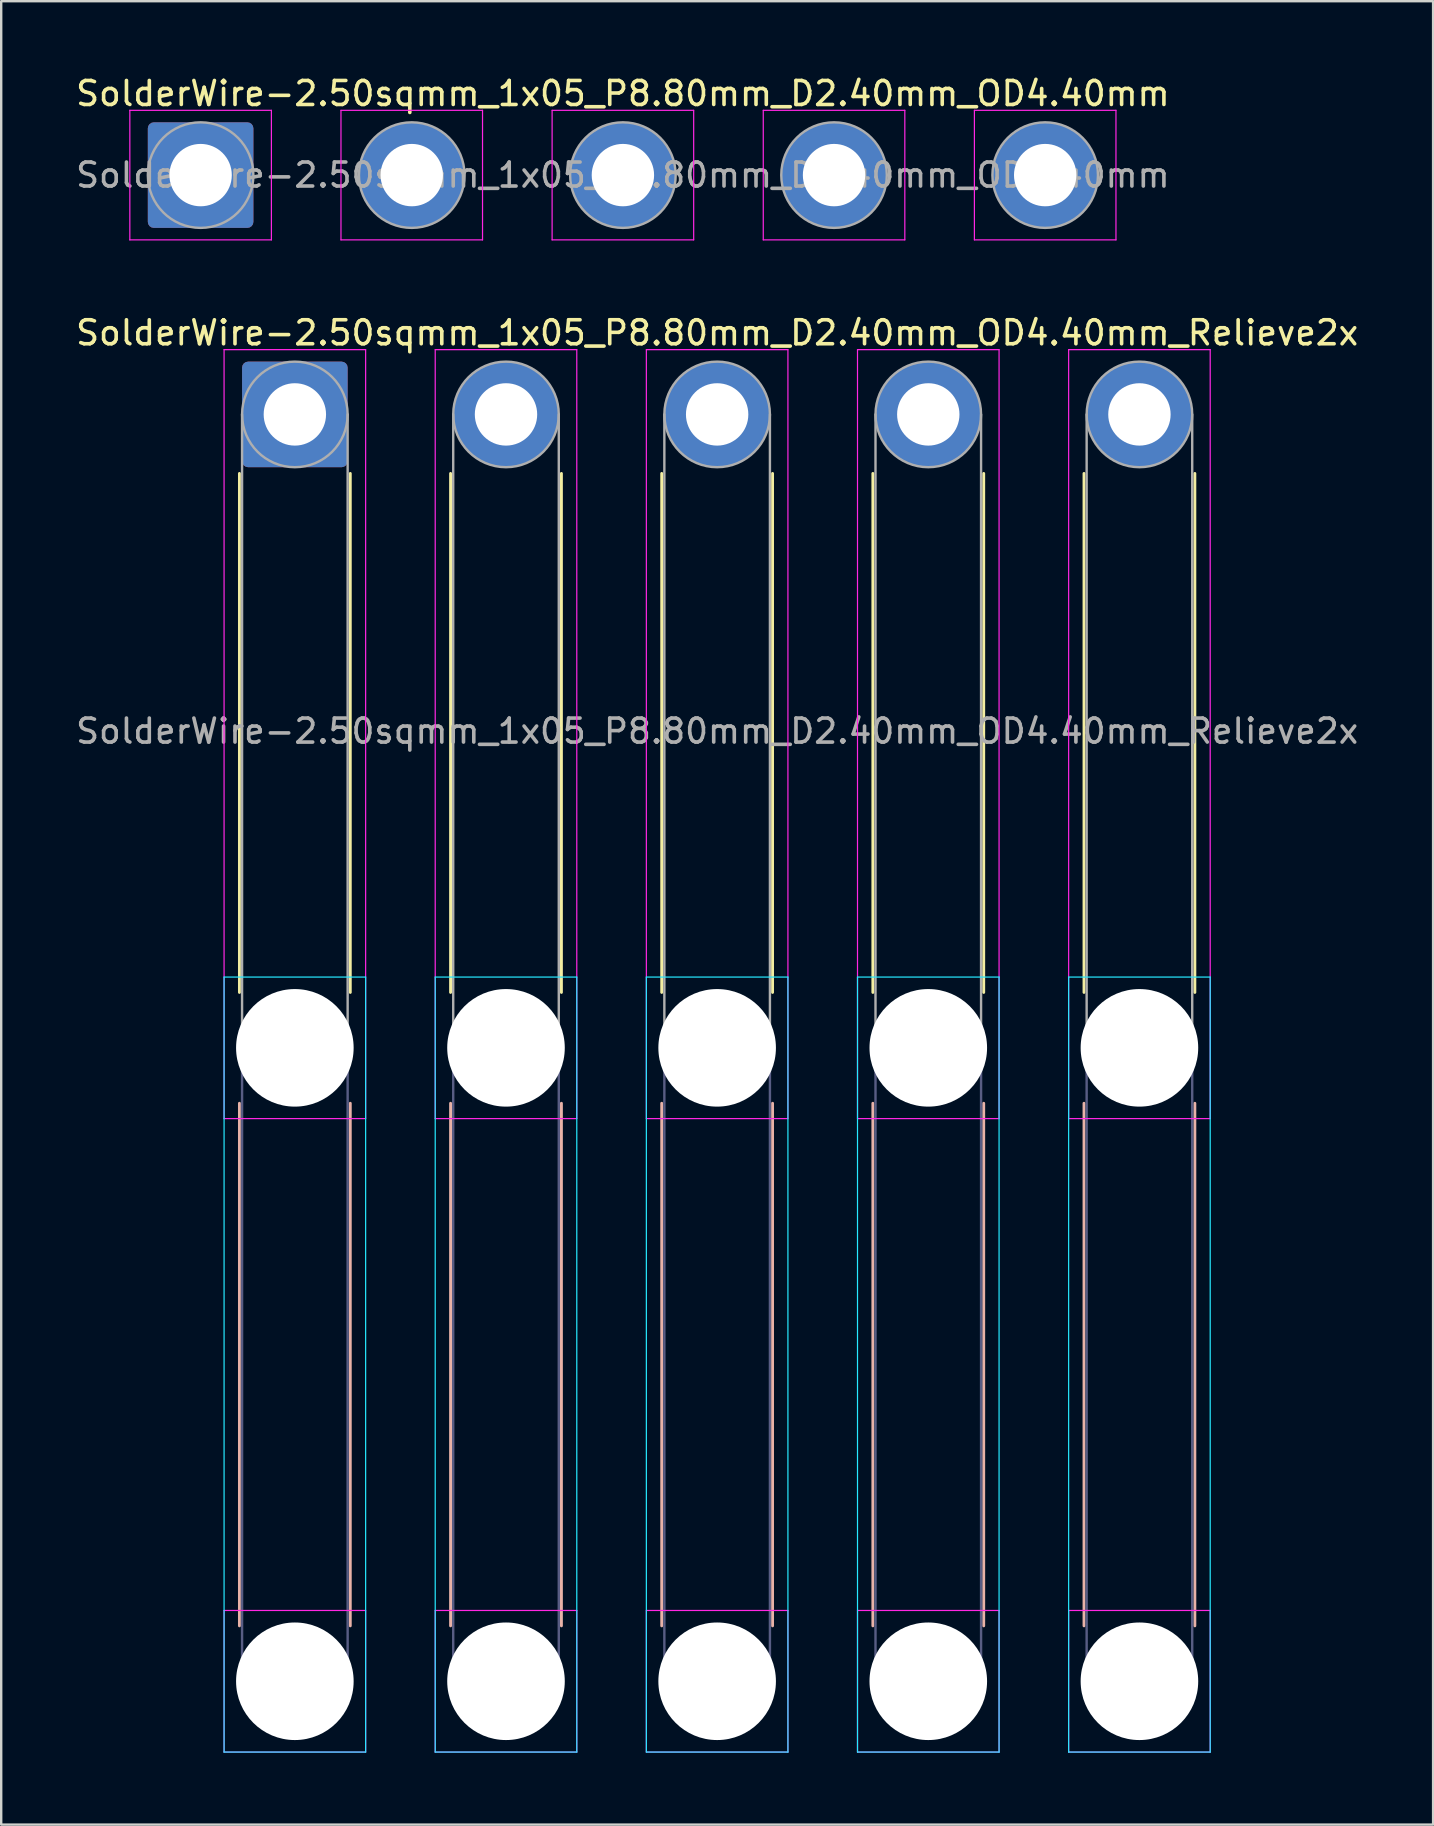
<source format=kicad_pcb>
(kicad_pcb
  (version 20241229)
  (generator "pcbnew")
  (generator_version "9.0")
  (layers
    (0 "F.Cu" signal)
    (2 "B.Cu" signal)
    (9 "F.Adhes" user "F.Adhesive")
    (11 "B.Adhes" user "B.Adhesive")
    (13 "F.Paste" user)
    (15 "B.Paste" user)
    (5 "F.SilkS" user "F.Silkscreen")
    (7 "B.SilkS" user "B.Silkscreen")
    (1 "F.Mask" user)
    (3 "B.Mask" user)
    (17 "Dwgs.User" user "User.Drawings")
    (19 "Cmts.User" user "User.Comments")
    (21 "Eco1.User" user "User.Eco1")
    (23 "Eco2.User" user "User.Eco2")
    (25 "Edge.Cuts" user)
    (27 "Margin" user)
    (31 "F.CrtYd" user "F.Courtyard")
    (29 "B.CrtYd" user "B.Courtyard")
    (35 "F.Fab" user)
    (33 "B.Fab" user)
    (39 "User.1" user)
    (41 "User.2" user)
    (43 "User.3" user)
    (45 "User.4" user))
  (footprint "SolderWire-2.50sqmm_1x05_P8.80mm_D2.40mm_OD4.40mm_Relieve2x"
    (layer "F.Cu")
    (at 9.239 14.222)
    (property "Reference" "SolderWire-2.50sqmm_1x05_P8.80mm_D2.40mm_OD4.40mm_Relieve2x" (at 17.6 -3.4 0) (layer "F.SilkS") (effects (font (size 1 1) (thickness 0.15))))
    (attr exclude_from_pos_files exclude_from_bom)
    (fp_line (start -2.31 2.46) (end -2.31 24.09) (stroke (width 0.12) (type solid)) (layer "F.SilkS"))
    (fp_line (start 2.31 2.46) (end 2.31 24.09) (stroke (width 0.12) (type solid)) (layer "F.SilkS"))
    (fp_line (start 6.49 2.46) (end 6.49 24.09) (stroke (width 0.12) (type solid)) (layer "F.SilkS"))
    (fp_line (start 11.11 2.46) (end 11.11 24.09) (stroke (width 0.12) (type solid)) (layer "F.SilkS"))
    (fp_line (start 15.29 2.46) (end 15.29 24.09) (stroke (width 0.12) (type solid)) (layer "F.SilkS"))
    (fp_line (start 19.91 2.46) (end 19.91 24.09) (stroke (width 0.12) (type solid)) (layer "F.SilkS"))
    (fp_line (start 24.09 2.46) (end 24.09 24.09) (stroke (width 0.12) (type solid)) (layer "F.SilkS"))
    (fp_line (start 28.71 2.46) (end 28.71 24.09) (stroke (width 0.12) (type solid)) (layer "F.SilkS"))
    (fp_line (start 32.89 2.46) (end 32.89 24.09) (stroke (width 0.12) (type solid)) (layer "F.SilkS"))
    (fp_line (start 37.51 2.46) (end 37.51 24.09) (stroke (width 0.12) (type solid)) (layer "F.SilkS"))
    (fp_line (start -2.31 28.71) (end -2.31 50.49) (stroke (width 0.12) (type solid)) (layer "B.SilkS"))
    (fp_line (start 2.31 28.71) (end 2.31 50.49) (stroke (width 0.12) (type solid)) (layer "B.SilkS"))
    (fp_line (start 6.49 28.71) (end 6.49 50.49) (stroke (width 0.12) (type solid)) (layer "B.SilkS"))
    (fp_line (start 11.11 28.71) (end 11.11 50.49) (stroke (width 0.12) (type solid)) (layer "B.SilkS"))
    (fp_line (start 15.29 28.71) (end 15.29 50.49) (stroke (width 0.12) (type solid)) (layer "B.SilkS"))
    (fp_line (start 19.91 28.71) (end 19.91 50.49) (stroke (width 0.12) (type solid)) (layer "B.SilkS"))
    (fp_line (start 24.09 28.71) (end 24.09 50.49) (stroke (width 0.12) (type solid)) (layer "B.SilkS"))
    (fp_line (start 28.71 28.71) (end 28.71 50.49) (stroke (width 0.12) (type solid)) (layer "B.SilkS"))
    (fp_line (start 32.89 28.71) (end 32.89 50.49) (stroke (width 0.12) (type solid)) (layer "B.SilkS"))
    (fp_line (start 37.51 28.71) (end 37.51 50.49) (stroke (width 0.12) (type solid)) (layer "B.SilkS"))
    (fp_line (start -2.95 23.45) (end -2.95 55.75) (stroke (width 0.05) (type solid)) (layer "B.CrtYd"))
    (fp_line (start -2.95 55.75) (end 2.95 55.75) (stroke (width 0.05) (type solid)) (layer "B.CrtYd"))
    (fp_line (start 2.95 23.45) (end -2.95 23.45) (stroke (width 0.05) (type solid)) (layer "B.CrtYd"))
    (fp_line (start 2.95 55.75) (end 2.95 23.45) (stroke (width 0.05) (type solid)) (layer "B.CrtYd"))
    (fp_line (start 5.85 23.45) (end 5.85 55.75) (stroke (width 0.05) (type solid)) (layer "B.CrtYd"))
    (fp_line (start 5.85 55.75) (end 11.75 55.75) (stroke (width 0.05) (type solid)) (layer "B.CrtYd"))
    (fp_line (start 11.75 23.45) (end 5.85 23.45) (stroke (width 0.05) (type solid)) (layer "B.CrtYd"))
    (fp_line (start 11.75 55.75) (end 11.75 23.45) (stroke (width 0.05) (type solid)) (layer "B.CrtYd"))
    (fp_line (start 14.65 23.45) (end 14.65 55.75) (stroke (width 0.05) (type solid)) (layer "B.CrtYd"))
    (fp_line (start 14.65 55.75) (end 20.55 55.75) (stroke (width 0.05) (type solid)) (layer "B.CrtYd"))
    (fp_line (start 20.55 23.45) (end 14.65 23.45) (stroke (width 0.05) (type solid)) (layer "B.CrtYd"))
    (fp_line (start 20.55 55.75) (end 20.55 23.45) (stroke (width 0.05) (type solid)) (layer "B.CrtYd"))
    (fp_line (start 23.45 23.45) (end 23.45 55.75) (stroke (width 0.05) (type solid)) (layer "B.CrtYd"))
    (fp_line (start 23.45 55.75) (end 29.35 55.75) (stroke (width 0.05) (type solid)) (layer "B.CrtYd"))
    (fp_line (start 29.35 23.45) (end 23.45 23.45) (stroke (width 0.05) (type solid)) (layer "B.CrtYd"))
    (fp_line (start 29.35 55.75) (end 29.35 23.45) (stroke (width 0.05) (type solid)) (layer "B.CrtYd"))
    (fp_line (start 32.25 23.45) (end 32.25 55.75) (stroke (width 0.05) (type solid)) (layer "B.CrtYd"))
    (fp_line (start 32.25 55.75) (end 38.15 55.75) (stroke (width 0.05) (type solid)) (layer "B.CrtYd"))
    (fp_line (start 38.15 23.45) (end 32.25 23.45) (stroke (width 0.05) (type solid)) (layer "B.CrtYd"))
    (fp_line (start 38.15 55.75) (end 38.15 23.45) (stroke (width 0.05) (type solid)) (layer "B.CrtYd"))
    (fp_line (start -2.95 -2.7) (end -2.95 29.35) (stroke (width 0.05) (type solid)) (layer "F.CrtYd"))
    (fp_line (start -2.95 29.35) (end 2.95 29.35) (stroke (width 0.05) (type solid)) (layer "F.CrtYd"))
    (fp_line (start -2.95 49.85) (end -2.95 55.75) (stroke (width 0.05) (type solid)) (layer "F.CrtYd"))
    (fp_line (start -2.95 55.75) (end 2.95 55.75) (stroke (width 0.05) (type solid)) (layer "F.CrtYd"))
    (fp_line (start 2.95 -2.7) (end -2.95 -2.7) (stroke (width 0.05) (type solid)) (layer "F.CrtYd"))
    (fp_line (start 2.95 29.35) (end 2.95 -2.7) (stroke (width 0.05) (type solid)) (layer "F.CrtYd"))
    (fp_line (start 2.95 49.85) (end -2.95 49.85) (stroke (width 0.05) (type solid)) (layer "F.CrtYd"))
    (fp_line (start 2.95 55.75) (end 2.95 49.85) (stroke (width 0.05) (type solid)) (layer "F.CrtYd"))
    (fp_line (start 5.85 -2.7) (end 5.85 29.35) (stroke (width 0.05) (type solid)) (layer "F.CrtYd"))
    (fp_line (start 5.85 29.35) (end 11.75 29.35) (stroke (width 0.05) (type solid)) (layer "F.CrtYd"))
    (fp_line (start 5.85 49.85) (end 5.85 55.75) (stroke (width 0.05) (type solid)) (layer "F.CrtYd"))
    (fp_line (start 5.85 55.75) (end 11.75 55.75) (stroke (width 0.05) (type solid)) (layer "F.CrtYd"))
    (fp_line (start 11.75 -2.7) (end 5.85 -2.7) (stroke (width 0.05) (type solid)) (layer "F.CrtYd"))
    (fp_line (start 11.75 29.35) (end 11.75 -2.7) (stroke (width 0.05) (type solid)) (layer "F.CrtYd"))
    (fp_line (start 11.75 49.85) (end 5.85 49.85) (stroke (width 0.05) (type solid)) (layer "F.CrtYd"))
    (fp_line (start 11.75 55.75) (end 11.75 49.85) (stroke (width 0.05) (type solid)) (layer "F.CrtYd"))
    (fp_line (start 14.65 -2.7) (end 14.65 29.35) (stroke (width 0.05) (type solid)) (layer "F.CrtYd"))
    (fp_line (start 14.65 29.35) (end 20.55 29.35) (stroke (width 0.05) (type solid)) (layer "F.CrtYd"))
    (fp_line (start 14.65 49.85) (end 14.65 55.75) (stroke (width 0.05) (type solid)) (layer "F.CrtYd"))
    (fp_line (start 14.65 55.75) (end 20.55 55.75) (stroke (width 0.05) (type solid)) (layer "F.CrtYd"))
    (fp_line (start 20.55 -2.7) (end 14.65 -2.7) (stroke (width 0.05) (type solid)) (layer "F.CrtYd"))
    (fp_line (start 20.55 29.35) (end 20.55 -2.7) (stroke (width 0.05) (type solid)) (layer "F.CrtYd"))
    (fp_line (start 20.55 49.85) (end 14.65 49.85) (stroke (width 0.05) (type solid)) (layer "F.CrtYd"))
    (fp_line (start 20.55 55.75) (end 20.55 49.85) (stroke (width 0.05) (type solid)) (layer "F.CrtYd"))
    (fp_line (start 23.45 -2.7) (end 23.45 29.35) (stroke (width 0.05) (type solid)) (layer "F.CrtYd"))
    (fp_line (start 23.45 29.35) (end 29.35 29.35) (stroke (width 0.05) (type solid)) (layer "F.CrtYd"))
    (fp_line (start 23.45 49.85) (end 23.45 55.75) (stroke (width 0.05) (type solid)) (layer "F.CrtYd"))
    (fp_line (start 23.45 55.75) (end 29.35 55.75) (stroke (width 0.05) (type solid)) (layer "F.CrtYd"))
    (fp_line (start 29.35 -2.7) (end 23.45 -2.7) (stroke (width 0.05) (type solid)) (layer "F.CrtYd"))
    (fp_line (start 29.35 29.35) (end 29.35 -2.7) (stroke (width 0.05) (type solid)) (layer "F.CrtYd"))
    (fp_line (start 29.35 49.85) (end 23.45 49.85) (stroke (width 0.05) (type solid)) (layer "F.CrtYd"))
    (fp_line (start 29.35 55.75) (end 29.35 49.85) (stroke (width 0.05) (type solid)) (layer "F.CrtYd"))
    (fp_line (start 32.25 -2.7) (end 32.25 29.35) (stroke (width 0.05) (type solid)) (layer "F.CrtYd"))
    (fp_line (start 32.25 29.35) (end 38.15 29.35) (stroke (width 0.05) (type solid)) (layer "F.CrtYd"))
    (fp_line (start 32.25 49.85) (end 32.25 55.75) (stroke (width 0.05) (type solid)) (layer "F.CrtYd"))
    (fp_line (start 32.25 55.75) (end 38.15 55.75) (stroke (width 0.05) (type solid)) (layer "F.CrtYd"))
    (fp_line (start 38.15 -2.7) (end 32.25 -2.7) (stroke (width 0.05) (type solid)) (layer "F.CrtYd"))
    (fp_line (start 38.15 29.35) (end 38.15 -2.7) (stroke (width 0.05) (type solid)) (layer "F.CrtYd"))
    (fp_line (start 38.15 49.85) (end 32.25 49.85) (stroke (width 0.05) (type solid)) (layer "F.CrtYd"))
    (fp_line (start 38.15 55.75) (end 38.15 49.85) (stroke (width 0.05) (type solid)) (layer "F.CrtYd"))
    (fp_line (start -2.2 26.4) (end -2.2 52.8) (stroke (width 0.1) (type solid)) (layer "B.Fab"))
    (fp_line (start 2.2 26.4) (end 2.2 52.8) (stroke (width 0.1) (type solid)) (layer "B.Fab"))
    (fp_line (start 6.6 26.4) (end 6.6 52.8) (stroke (width 0.1) (type solid)) (layer "B.Fab"))
    (fp_line (start 11 26.4) (end 11 52.8) (stroke (width 0.1) (type solid)) (layer "B.Fab"))
    (fp_line (start 15.4 26.4) (end 15.4 52.8) (stroke (width 0.1) (type solid)) (layer "B.Fab"))
    (fp_line (start 19.8 26.4) (end 19.8 52.8) (stroke (width 0.1) (type solid)) (layer "B.Fab"))
    (fp_line (start 24.2 26.4) (end 24.2 52.8) (stroke (width 0.1) (type solid)) (layer "B.Fab"))
    (fp_line (start 28.6 26.4) (end 28.6 52.8) (stroke (width 0.1) (type solid)) (layer "B.Fab"))
    (fp_line (start 33 26.4) (end 33 52.8) (stroke (width 0.1) (type solid)) (layer "B.Fab"))
    (fp_line (start 37.4 26.4) (end 37.4 52.8) (stroke (width 0.1) (type solid)) (layer "B.Fab"))
    (fp_circle (center 0 26.4) (end 2.2 26.4) (stroke (width 0.1) (type solid)) (fill no) (layer "B.Fab"))
    (fp_circle (center 0 52.8) (end 2.2 52.8) (stroke (width 0.1) (type solid)) (fill no) (layer "B.Fab"))
    (fp_circle (center 8.8 26.4) (end 11 26.4) (stroke (width 0.1) (type solid)) (fill no) (layer "B.Fab"))
    (fp_circle (center 8.8 52.8) (end 11 52.8) (stroke (width 0.1) (type solid)) (fill no) (layer "B.Fab"))
    (fp_circle (center 17.6 26.4) (end 19.8 26.4) (stroke (width 0.1) (type solid)) (fill no) (layer "B.Fab"))
    (fp_circle (center 17.6 52.8) (end 19.8 52.8) (stroke (width 0.1) (type solid)) (fill no) (layer "B.Fab"))
    (fp_circle (center 26.4 26.4) (end 28.6 26.4) (stroke (width 0.1) (type solid)) (fill no) (layer "B.Fab"))
    (fp_circle (center 26.4 52.8) (end 28.6 52.8) (stroke (width 0.1) (type solid)) (fill no) (layer "B.Fab"))
    (fp_circle (center 35.2 26.4) (end 37.4 26.4) (stroke (width 0.1) (type solid)) (fill no) (layer "B.Fab"))
    (fp_circle (center 35.2 52.8) (end 37.4 52.8) (stroke (width 0.1) (type solid)) (fill no) (layer "B.Fab"))
    (fp_line (start -2.2 0) (end -2.2 26.4) (stroke (width 0.1) (type solid)) (layer "F.Fab"))
    (fp_line (start 2.2 0) (end 2.2 26.4) (stroke (width 0.1) (type solid)) (layer "F.Fab"))
    (fp_line (start 6.6 0) (end 6.6 26.4) (stroke (width 0.1) (type solid)) (layer "F.Fab"))
    (fp_line (start 11 0) (end 11 26.4) (stroke (width 0.1) (type solid)) (layer "F.Fab"))
    (fp_line (start 15.4 0) (end 15.4 26.4) (stroke (width 0.1) (type solid)) (layer "F.Fab"))
    (fp_line (start 19.8 0) (end 19.8 26.4) (stroke (width 0.1) (type solid)) (layer "F.Fab"))
    (fp_line (start 24.2 0) (end 24.2 26.4) (stroke (width 0.1) (type solid)) (layer "F.Fab"))
    (fp_line (start 28.6 0) (end 28.6 26.4) (stroke (width 0.1) (type solid)) (layer "F.Fab"))
    (fp_line (start 33 0) (end 33 26.4) (stroke (width 0.1) (type solid)) (layer "F.Fab"))
    (fp_line (start 37.4 0) (end 37.4 26.4) (stroke (width 0.1) (type solid)) (layer "F.Fab"))
    (fp_circle (center 0 0) (end 2.2 0) (stroke (width 0.1) (type solid)) (fill no) (layer "F.Fab"))
    (fp_circle (center 0 26.4) (end 2.2 26.4) (stroke (width 0.1) (type solid)) (fill no) (layer "F.Fab"))
    (fp_circle (center 0 52.8) (end 2.2 52.8) (stroke (width 0.1) (type solid)) (fill no) (layer "F.Fab"))
    (fp_circle (center 8.8 0) (end 11 0) (stroke (width 0.1) (type solid)) (fill no) (layer "F.Fab"))
    (fp_circle (center 8.8 26.4) (end 11 26.4) (stroke (width 0.1) (type solid)) (fill no) (layer "F.Fab"))
    (fp_circle (center 8.8 52.8) (end 11 52.8) (stroke (width 0.1) (type solid)) (fill no) (layer "F.Fab"))
    (fp_circle (center 17.6 0) (end 19.8 0) (stroke (width 0.1) (type solid)) (fill no) (layer "F.Fab"))
    (fp_circle (center 17.6 26.4) (end 19.8 26.4) (stroke (width 0.1) (type solid)) (fill no) (layer "F.Fab"))
    (fp_circle (center 17.6 52.8) (end 19.8 52.8) (stroke (width 0.1) (type solid)) (fill no) (layer "F.Fab"))
    (fp_circle (center 26.4 0) (end 28.6 0) (stroke (width 0.1) (type solid)) (fill no) (layer "F.Fab"))
    (fp_circle (center 26.4 26.4) (end 28.6 26.4) (stroke (width 0.1) (type solid)) (fill no) (layer "F.Fab"))
    (fp_circle (center 26.4 52.8) (end 28.6 52.8) (stroke (width 0.1) (type solid)) (fill no) (layer "F.Fab"))
    (fp_circle (center 35.2 0) (end 37.4 0) (stroke (width 0.1) (type solid)) (fill no) (layer "F.Fab"))
    (fp_circle (center 35.2 26.4) (end 37.4 26.4) (stroke (width 0.1) (type solid)) (fill no) (layer "F.Fab"))
    (fp_circle (center 35.2 52.8) (end 37.4 52.8) (stroke (width 0.1) (type solid)) (fill no) (layer "F.Fab"))
    (fp_text user "${REFERENCE}" (at 17.6 13.2 0) (layer "F.Fab") (effects (font (size 1 1) (thickness 0.15))))
    (pad "" np_thru_hole circle (at 0 26.4) (size 4.9 4.9) (drill 4.9) (layers "*.Cu" "*.Mask"))
    (pad "" np_thru_hole circle (at 0 52.8) (size 4.9 4.9) (drill 4.9) (layers "*.Cu" "*.Mask"))
    (pad "" np_thru_hole circle (at 8.8 26.4) (size 4.9 4.9) (drill 4.9) (layers "*.Cu" "*.Mask"))
    (pad "" np_thru_hole circle (at 8.8 52.8) (size 4.9 4.9) (drill 4.9) (layers "*.Cu" "*.Mask"))
    (pad "" np_thru_hole circle (at 17.6 26.4) (size 4.9 4.9) (drill 4.9) (layers "*.Cu" "*.Mask"))
    (pad "" np_thru_hole circle (at 17.6 52.8) (size 4.9 4.9) (drill 4.9) (layers "*.Cu" "*.Mask"))
    (pad "" np_thru_hole circle (at 26.4 26.4) (size 4.9 4.9) (drill 4.9) (layers "*.Cu" "*.Mask"))
    (pad "" np_thru_hole circle (at 26.4 52.8) (size 4.9 4.9) (drill 4.9) (layers "*.Cu" "*.Mask"))
    (pad "" np_thru_hole circle (at 35.2 26.4) (size 4.9 4.9) (drill 4.9) (layers "*.Cu" "*.Mask"))
    (pad "" np_thru_hole circle (at 35.2 52.8) (size 4.9 4.9) (drill 4.9) (layers "*.Cu" "*.Mask"))
    (pad "1" thru_hole roundrect (at 0 0) (size 4.4 4.4) (drill 2.6) (layers "*.Cu" "*.Mask") (roundrect_rratio 0.057))
    (pad "2" thru_hole circle (at 8.8 0) (size 4.4 4.4) (drill 2.6) (layers "*.Cu" "*.Mask"))
    (pad "3" thru_hole circle (at 17.6 0) (size 4.4 4.4) (drill 2.6) (layers "*.Cu" "*.Mask"))
    (pad "4" thru_hole circle (at 26.4 0) (size 4.4 4.4) (drill 2.6) (layers "*.Cu" "*.Mask"))
    (pad "5" thru_hole circle (at 35.2 0) (size 4.4 4.4) (drill 2.6) (layers "*.Cu" "*.Mask")))
  (footprint "SolderWire-2.50sqmm_1x05_P8.80mm_D2.40mm_OD4.40mm"
    (layer "F.Cu")
    (at 5.311 4.248)
    (property "Reference" "SolderWire-2.50sqmm_1x05_P8.80mm_D2.40mm_OD4.40mm" (at 17.6 -3.4 0) (layer "F.SilkS") (effects (font (size 1 1) (thickness 0.15))))
    (attr exclude_from_pos_files exclude_from_bom)
    (fp_line (start -2.95 -2.7) (end -2.95 2.7) (stroke (width 0.05) (type solid)) (layer "F.CrtYd"))
    (fp_line (start -2.95 2.7) (end 2.95 2.7) (stroke (width 0.05) (type solid)) (layer "F.CrtYd"))
    (fp_line (start 2.95 -2.7) (end -2.95 -2.7) (stroke (width 0.05) (type solid)) (layer "F.CrtYd"))
    (fp_line (start 2.95 2.7) (end 2.95 -2.7) (stroke (width 0.05) (type solid)) (layer "F.CrtYd"))
    (fp_line (start 5.85 -2.7) (end 5.85 2.7) (stroke (width 0.05) (type solid)) (layer "F.CrtYd"))
    (fp_line (start 5.85 2.7) (end 11.75 2.7) (stroke (width 0.05) (type solid)) (layer "F.CrtYd"))
    (fp_line (start 11.75 -2.7) (end 5.85 -2.7) (stroke (width 0.05) (type solid)) (layer "F.CrtYd"))
    (fp_line (start 11.75 2.7) (end 11.75 -2.7) (stroke (width 0.05) (type solid)) (layer "F.CrtYd"))
    (fp_line (start 14.65 -2.7) (end 14.65 2.7) (stroke (width 0.05) (type solid)) (layer "F.CrtYd"))
    (fp_line (start 14.65 2.7) (end 20.55 2.7) (stroke (width 0.05) (type solid)) (layer "F.CrtYd"))
    (fp_line (start 20.55 -2.7) (end 14.65 -2.7) (stroke (width 0.05) (type solid)) (layer "F.CrtYd"))
    (fp_line (start 20.55 2.7) (end 20.55 -2.7) (stroke (width 0.05) (type solid)) (layer "F.CrtYd"))
    (fp_line (start 23.45 -2.7) (end 23.45 2.7) (stroke (width 0.05) (type solid)) (layer "F.CrtYd"))
    (fp_line (start 23.45 2.7) (end 29.35 2.7) (stroke (width 0.05) (type solid)) (layer "F.CrtYd"))
    (fp_line (start 29.35 -2.7) (end 23.45 -2.7) (stroke (width 0.05) (type solid)) (layer "F.CrtYd"))
    (fp_line (start 29.35 2.7) (end 29.35 -2.7) (stroke (width 0.05) (type solid)) (layer "F.CrtYd"))
    (fp_line (start 32.25 -2.7) (end 32.25 2.7) (stroke (width 0.05) (type solid)) (layer "F.CrtYd"))
    (fp_line (start 32.25 2.7) (end 38.15 2.7) (stroke (width 0.05) (type solid)) (layer "F.CrtYd"))
    (fp_line (start 38.15 -2.7) (end 32.25 -2.7) (stroke (width 0.05) (type solid)) (layer "F.CrtYd"))
    (fp_line (start 38.15 2.7) (end 38.15 -2.7) (stroke (width 0.05) (type solid)) (layer "F.CrtYd"))
    (fp_circle (center 0 0) (end 2.2 0) (stroke (width 0.1) (type solid)) (fill no) (layer "F.Fab"))
    (fp_circle (center 8.8 0) (end 11 0) (stroke (width 0.1) (type solid)) (fill no) (layer "F.Fab"))
    (fp_circle (center 17.6 0) (end 19.8 0) (stroke (width 0.1) (type solid)) (fill no) (layer "F.Fab"))
    (fp_circle (center 26.4 0) (end 28.6 0) (stroke (width 0.1) (type solid)) (fill no) (layer "F.Fab"))
    (fp_circle (center 35.2 0) (end 37.4 0) (stroke (width 0.1) (type solid)) (fill no) (layer "F.Fab"))
    (fp_text user "${REFERENCE}" (at 17.6 0 0) (layer "F.Fab") (effects (font (size 1 1) (thickness 0.15))))
    (pad "1" thru_hole roundrect (at 0 0) (size 4.4 4.4) (drill 2.6) (layers "*.Cu" "*.Mask") (roundrect_rratio 0.057))
    (pad "2" thru_hole circle (at 8.8 0) (size 4.4 4.4) (drill 2.6) (layers "*.Cu" "*.Mask"))
    (pad "3" thru_hole circle (at 17.6 0) (size 4.4 4.4) (drill 2.6) (layers "*.Cu" "*.Mask"))
    (pad "4" thru_hole circle (at 26.4 0) (size 4.4 4.4) (drill 2.6) (layers "*.Cu" "*.Mask"))
    (pad "5" thru_hole circle (at 35.2 0) (size 4.4 4.4) (drill 2.6) (layers "*.Cu" "*.Mask")))
  (gr_rect
    (start -3 -3)
    (end 56.679 72.996)
    (stroke (width 0.1) (type default))
    (fill no)
    (layer "Edge.Cuts")))
</source>
